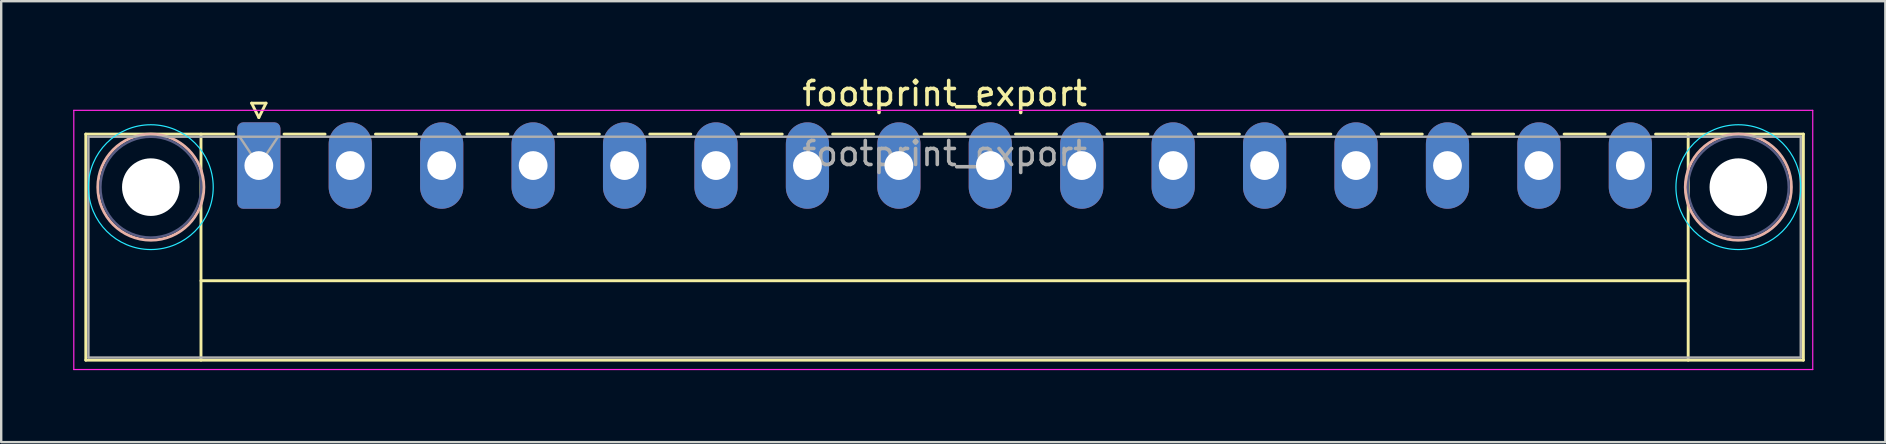
<source format=kicad_pcb>
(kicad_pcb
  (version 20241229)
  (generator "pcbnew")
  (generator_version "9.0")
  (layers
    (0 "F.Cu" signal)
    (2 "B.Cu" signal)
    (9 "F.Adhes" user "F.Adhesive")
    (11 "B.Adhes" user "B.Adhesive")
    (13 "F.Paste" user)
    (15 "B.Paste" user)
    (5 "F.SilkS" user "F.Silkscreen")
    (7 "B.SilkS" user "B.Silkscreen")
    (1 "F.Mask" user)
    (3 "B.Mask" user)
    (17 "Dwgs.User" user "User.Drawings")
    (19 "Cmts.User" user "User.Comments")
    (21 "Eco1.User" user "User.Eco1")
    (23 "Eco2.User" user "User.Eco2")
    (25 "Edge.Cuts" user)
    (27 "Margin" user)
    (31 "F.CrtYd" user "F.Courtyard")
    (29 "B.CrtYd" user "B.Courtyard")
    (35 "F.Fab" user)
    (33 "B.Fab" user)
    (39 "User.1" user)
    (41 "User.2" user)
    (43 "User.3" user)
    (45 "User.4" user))
  (footprint "footprint_export"
    (layer "F.Cu")
    (at 7.735 3.848)
    (property "Reference" "footprint_export" (at 28.58 -3 0) (layer "F.SilkS") (effects (font (size 1 1) (thickness 0.15))))
    (attr through_hole)
    (fp_line (start -7.21 -1.31) (end -7.21 8.11) (stroke (width 0.12) (type solid)) (layer "F.SilkS"))
    (fp_line (start -7.21 -1.31) (end -1.05 -1.31) (stroke (width 0.12) (type solid)) (layer "F.SilkS"))
    (fp_line (start -7.21 8.11) (end 64.36 8.11) (stroke (width 0.12) (type solid)) (layer "F.SilkS"))
    (fp_line (start -2.41 -1.31) (end -2.41 8.11) (stroke (width 0.12) (type solid)) (layer "F.SilkS"))
    (fp_line (start -2.41 4.8) (end 59.56 4.8) (stroke (width 0.12) (type solid)) (layer "F.SilkS"))
    (fp_line (start -0.3 -2.6) (end 0.3 -2.6) (stroke (width 0.12) (type solid)) (layer "F.SilkS"))
    (fp_line (start 0 -2) (end -0.3 -2.6) (stroke (width 0.12) (type solid)) (layer "F.SilkS"))
    (fp_line (start 0.3 -2.6) (end 0 -2) (stroke (width 0.12) (type solid)) (layer "F.SilkS"))
    (fp_line (start 1.05 -1.31) (end 2.76 -1.31) (stroke (width 0.12) (type solid)) (layer "F.SilkS"))
    (fp_line (start 4.86 -1.31) (end 6.57 -1.31) (stroke (width 0.12) (type solid)) (layer "F.SilkS"))
    (fp_line (start 8.67 -1.31) (end 10.38 -1.31) (stroke (width 0.12) (type solid)) (layer "F.SilkS"))
    (fp_line (start 12.48 -1.31) (end 14.19 -1.31) (stroke (width 0.12) (type solid)) (layer "F.SilkS"))
    (fp_line (start 16.29 -1.31) (end 18 -1.31) (stroke (width 0.12) (type solid)) (layer "F.SilkS"))
    (fp_line (start 20.1 -1.31) (end 21.81 -1.31) (stroke (width 0.12) (type solid)) (layer "F.SilkS"))
    (fp_line (start 23.91 -1.31) (end 25.62 -1.31) (stroke (width 0.12) (type solid)) (layer "F.SilkS"))
    (fp_line (start 27.72 -1.31) (end 29.43 -1.31) (stroke (width 0.12) (type solid)) (layer "F.SilkS"))
    (fp_line (start 31.53 -1.31) (end 33.24 -1.31) (stroke (width 0.12) (type solid)) (layer "F.SilkS"))
    (fp_line (start 35.34 -1.31) (end 37.05 -1.31) (stroke (width 0.12) (type solid)) (layer "F.SilkS"))
    (fp_line (start 39.15 -1.31) (end 40.86 -1.31) (stroke (width 0.12) (type solid)) (layer "F.SilkS"))
    (fp_line (start 42.96 -1.31) (end 44.67 -1.31) (stroke (width 0.12) (type solid)) (layer "F.SilkS"))
    (fp_line (start 46.77 -1.31) (end 48.48 -1.31) (stroke (width 0.12) (type solid)) (layer "F.SilkS"))
    (fp_line (start 50.58 -1.31) (end 52.29 -1.31) (stroke (width 0.12) (type solid)) (layer "F.SilkS"))
    (fp_line (start 54.39 -1.31) (end 56.1 -1.31) (stroke (width 0.12) (type solid)) (layer "F.SilkS"))
    (fp_line (start 59.56 -1.31) (end 59.56 8.11) (stroke (width 0.12) (type solid)) (layer "F.SilkS"))
    (fp_line (start 64.36 -1.31) (end 58.2 -1.31) (stroke (width 0.12) (type solid)) (layer "F.SilkS"))
    (fp_line (start 64.36 8.11) (end 64.36 -1.31) (stroke (width 0.12) (type solid)) (layer "F.SilkS"))
    (fp_circle (center -4.5 0.9) (end -2.29 0.9) (stroke (width 0.12) (type solid)) (fill no) (layer "B.SilkS"))
    (fp_circle (center 61.65 0.9) (end 63.86 0.9) (stroke (width 0.12) (type solid)) (fill no) (layer "B.SilkS"))
    (fp_circle (center -4.5 0.9) (end -1.9 0.9) (stroke (width 0.05) (type solid)) (fill no) (layer "B.CrtYd"))
    (fp_circle (center 61.65 0.9) (end 64.25 0.9) (stroke (width 0.05) (type solid)) (fill no) (layer "B.CrtYd"))
    (fp_line (start -7.71 -2.3) (end -7.71 8.5) (stroke (width 0.05) (type solid)) (layer "F.CrtYd"))
    (fp_line (start -7.71 8.5) (end 64.75 8.5) (stroke (width 0.05) (type solid)) (layer "F.CrtYd"))
    (fp_line (start 64.75 -2.3) (end -7.71 -2.3) (stroke (width 0.05) (type solid)) (layer "F.CrtYd"))
    (fp_line (start 64.75 8.5) (end 64.75 -2.3) (stroke (width 0.05) (type solid)) (layer "F.CrtYd"))
    (fp_circle (center -4.5 0.9) (end -2.4 0.9) (stroke (width 0.1) (type solid)) (fill no) (layer "B.Fab"))
    (fp_circle (center 61.65 0.9) (end 63.75 0.9) (stroke (width 0.1) (type solid)) (fill no) (layer "B.Fab"))
    (fp_line (start -7.1 -1.2) (end -7.1 8) (stroke (width 0.1) (type solid)) (layer "F.Fab"))
    (fp_line (start -7.1 8) (end 64.25 8) (stroke (width 0.1) (type solid)) (layer "F.Fab"))
    (fp_line (start 0 0) (end -0.8 -1.2) (stroke (width 0.1) (type solid)) (layer "F.Fab"))
    (fp_line (start 0.8 -1.2) (end 0 0) (stroke (width 0.1) (type solid)) (layer "F.Fab"))
    (fp_line (start 64.25 -1.2) (end -7.1 -1.2) (stroke (width 0.1) (type solid)) (layer "F.Fab"))
    (fp_line (start 64.25 8) (end 64.25 -1.2) (stroke (width 0.1) (type solid)) (layer "F.Fab"))
    (fp_text user "${REFERENCE}" (at 28.58 -0.5 0) (layer "F.Fab") (effects (font (size 1 1) (thickness 0.15))))
    (pad "" np_thru_hole circle (at -4.5 0.9) (size 2.4 2.4) (drill 2.4) (layers "*.Cu" "*.Mask"))
    (pad "" np_thru_hole circle (at 61.65 0.9) (size 2.4 2.4) (drill 2.4) (layers "*.Cu" "*.Mask"))
    (pad "1" thru_hole roundrect (at 0 0) (size 1.8 3.6) (drill 1.2) (layers "*.Cu" "*.Mask") (roundrect_rratio 0.139))
    (pad "2" thru_hole oval (at 3.81 0) (size 1.8 3.6) (drill 1.2) (layers "*.Cu" "*.Mask"))
    (pad "3" thru_hole oval (at 7.62 0) (size 1.8 3.6) (drill 1.2) (layers "*.Cu" "*.Mask"))
    (pad "4" thru_hole oval (at 11.43 0) (size 1.8 3.6) (drill 1.2) (layers "*.Cu" "*.Mask"))
    (pad "5" thru_hole oval (at 15.24 0) (size 1.8 3.6) (drill 1.2) (layers "*.Cu" "*.Mask"))
    (pad "6" thru_hole oval (at 19.05 0) (size 1.8 3.6) (drill 1.2) (layers "*.Cu" "*.Mask"))
    (pad "7" thru_hole oval (at 22.86 0) (size 1.8 3.6) (drill 1.2) (layers "*.Cu" "*.Mask"))
    (pad "8" thru_hole oval (at 26.67 0) (size 1.8 3.6) (drill 1.2) (layers "*.Cu" "*.Mask"))
    (pad "9" thru_hole oval (at 30.48 0) (size 1.8 3.6) (drill 1.2) (layers "*.Cu" "*.Mask"))
    (pad "10" thru_hole oval (at 34.29 0) (size 1.8 3.6) (drill 1.2) (layers "*.Cu" "*.Mask"))
    (pad "11" thru_hole oval (at 38.1 0) (size 1.8 3.6) (drill 1.2) (layers "*.Cu" "*.Mask"))
    (pad "12" thru_hole oval (at 41.91 0) (size 1.8 3.6) (drill 1.2) (layers "*.Cu" "*.Mask"))
    (pad "13" thru_hole oval (at 45.72 0) (size 1.8 3.6) (drill 1.2) (layers "*.Cu" "*.Mask"))
    (pad "14" thru_hole oval (at 49.53 0) (size 1.8 3.6) (drill 1.2) (layers "*.Cu" "*.Mask"))
    (pad "15" thru_hole oval (at 53.34 0) (size 1.8 3.6) (drill 1.2) (layers "*.Cu" "*.Mask"))
    (pad "16" thru_hole oval (at 57.15 0) (size 1.8 3.6) (drill 1.2) (layers "*.Cu" "*.Mask")))
  (gr_rect
    (start -3 -3)
    (end 75.51 15.373)
    (stroke (width 0.1) (type default))
    (fill no)
    (layer "Edge.Cuts")))
</source>
